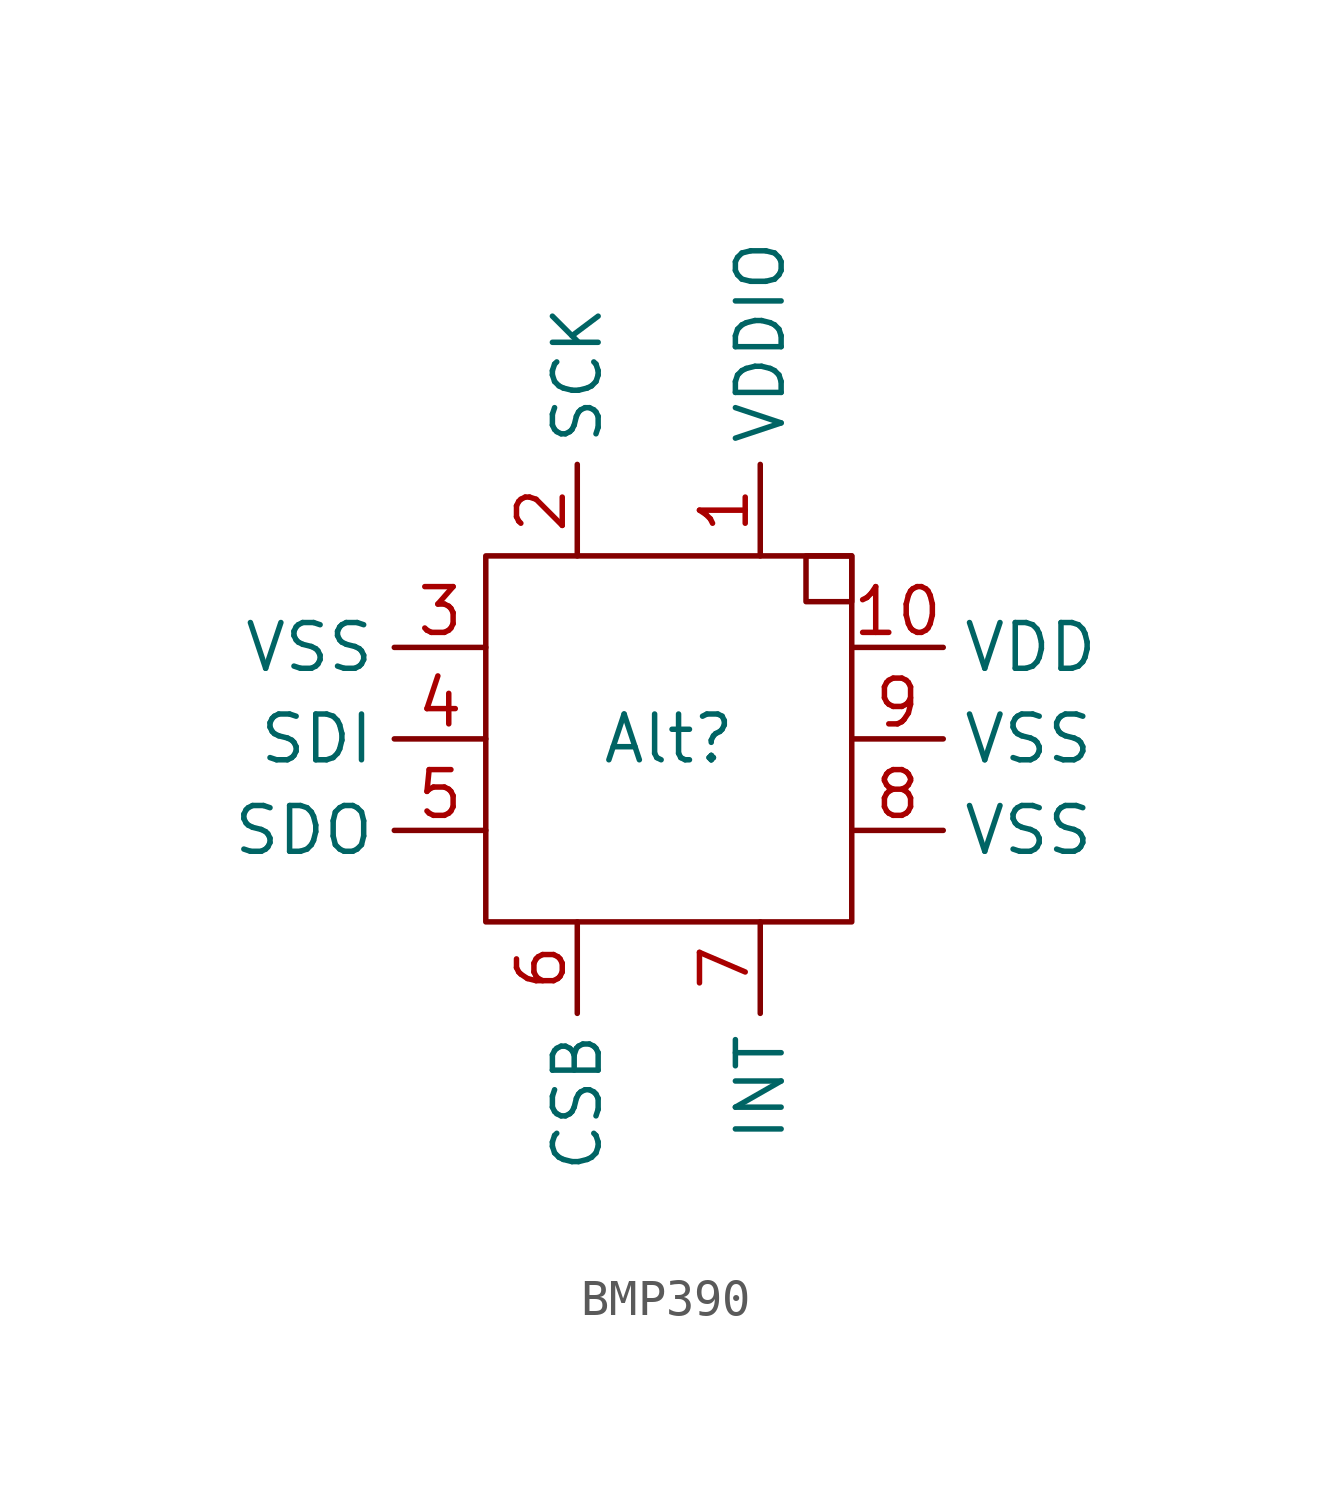
<source format=kicad_sym>
(kicad_symbol_lib
  (version 20220914)
  (generator kicad_symbol_editor)
  (symbol "BMP390"
    (property "Reference" "Alt"
      (at 0 0 0)
      (effects (font (size 1.27 1.27))))
    (property "Value" ""
      (at 0 0 0)
      (effects (font (size 1.27 1.27))))
    (symbol "BMP390_0_1"
      (rectangle (start -5.08 5.08) (end 5.08 -5.08) (stroke (width 0) (type default)) (fill (type none)))
      (rectangle (start 3.81 3.81) (end 5.08 5.08) (stroke (width 0) (type default)) (fill (type none))))
    (symbol "BMP390_1_1"
      (pin input line (at 2.54 5.08 90) (length 2.54) (name "VDDIO" (effects (font (size 1.27 1.27)))) (number "1" (effects (font (size 1.27 1.27)))))
      (pin input line (at 5.08 2.54 0) (length 2.54) (name "VDD" (effects (font (size 1.27 1.27)))) (number "10" (effects (font (size 1.27 1.27)))))
      (pin input line (at -2.54 5.08 90) (length 2.54) (name "SCK" (effects (font (size 1.27 1.27)))) (number "2" (effects (font (size 1.27 1.27)))))
      (pin input line (at -5.08 2.54 180) (length 2.54) (name "VSS" (effects (font (size 1.27 1.27)))) (number "3" (effects (font (size 1.27 1.27)))))
      (pin input line (at -5.08 0 180) (length 2.54) (name "SDI" (effects (font (size 1.27 1.27)))) (number "4" (effects (font (size 1.27 1.27)))))
      (pin input line (at -5.08 -2.54 180) (length 2.54) (name "SDO" (effects (font (size 1.27 1.27)))) (number "5" (effects (font (size 1.27 1.27)))))
      (pin input line (at -2.54 -5.08 270) (length 2.54) (name "CSB" (effects (font (size 1.27 1.27)))) (number "6" (effects (font (size 1.27 1.27)))))
      (pin input line (at 2.54 -5.08 270) (length 2.54) (name "INT" (effects (font (size 1.27 1.27)))) (number "7" (effects (font (size 1.27 1.27)))))
      (pin input line (at 5.08 -2.54 0) (length 2.54) (name "VSS" (effects (font (size 1.27 1.27)))) (number "8" (effects (font (size 1.27 1.27)))))
      (pin input line (at 5.08 0 0) (length 2.54) (name "VSS" (effects (font (size 1.27 1.27)))) (number "9" (effects (font (size 1.27 1.27))))))))
</source>
